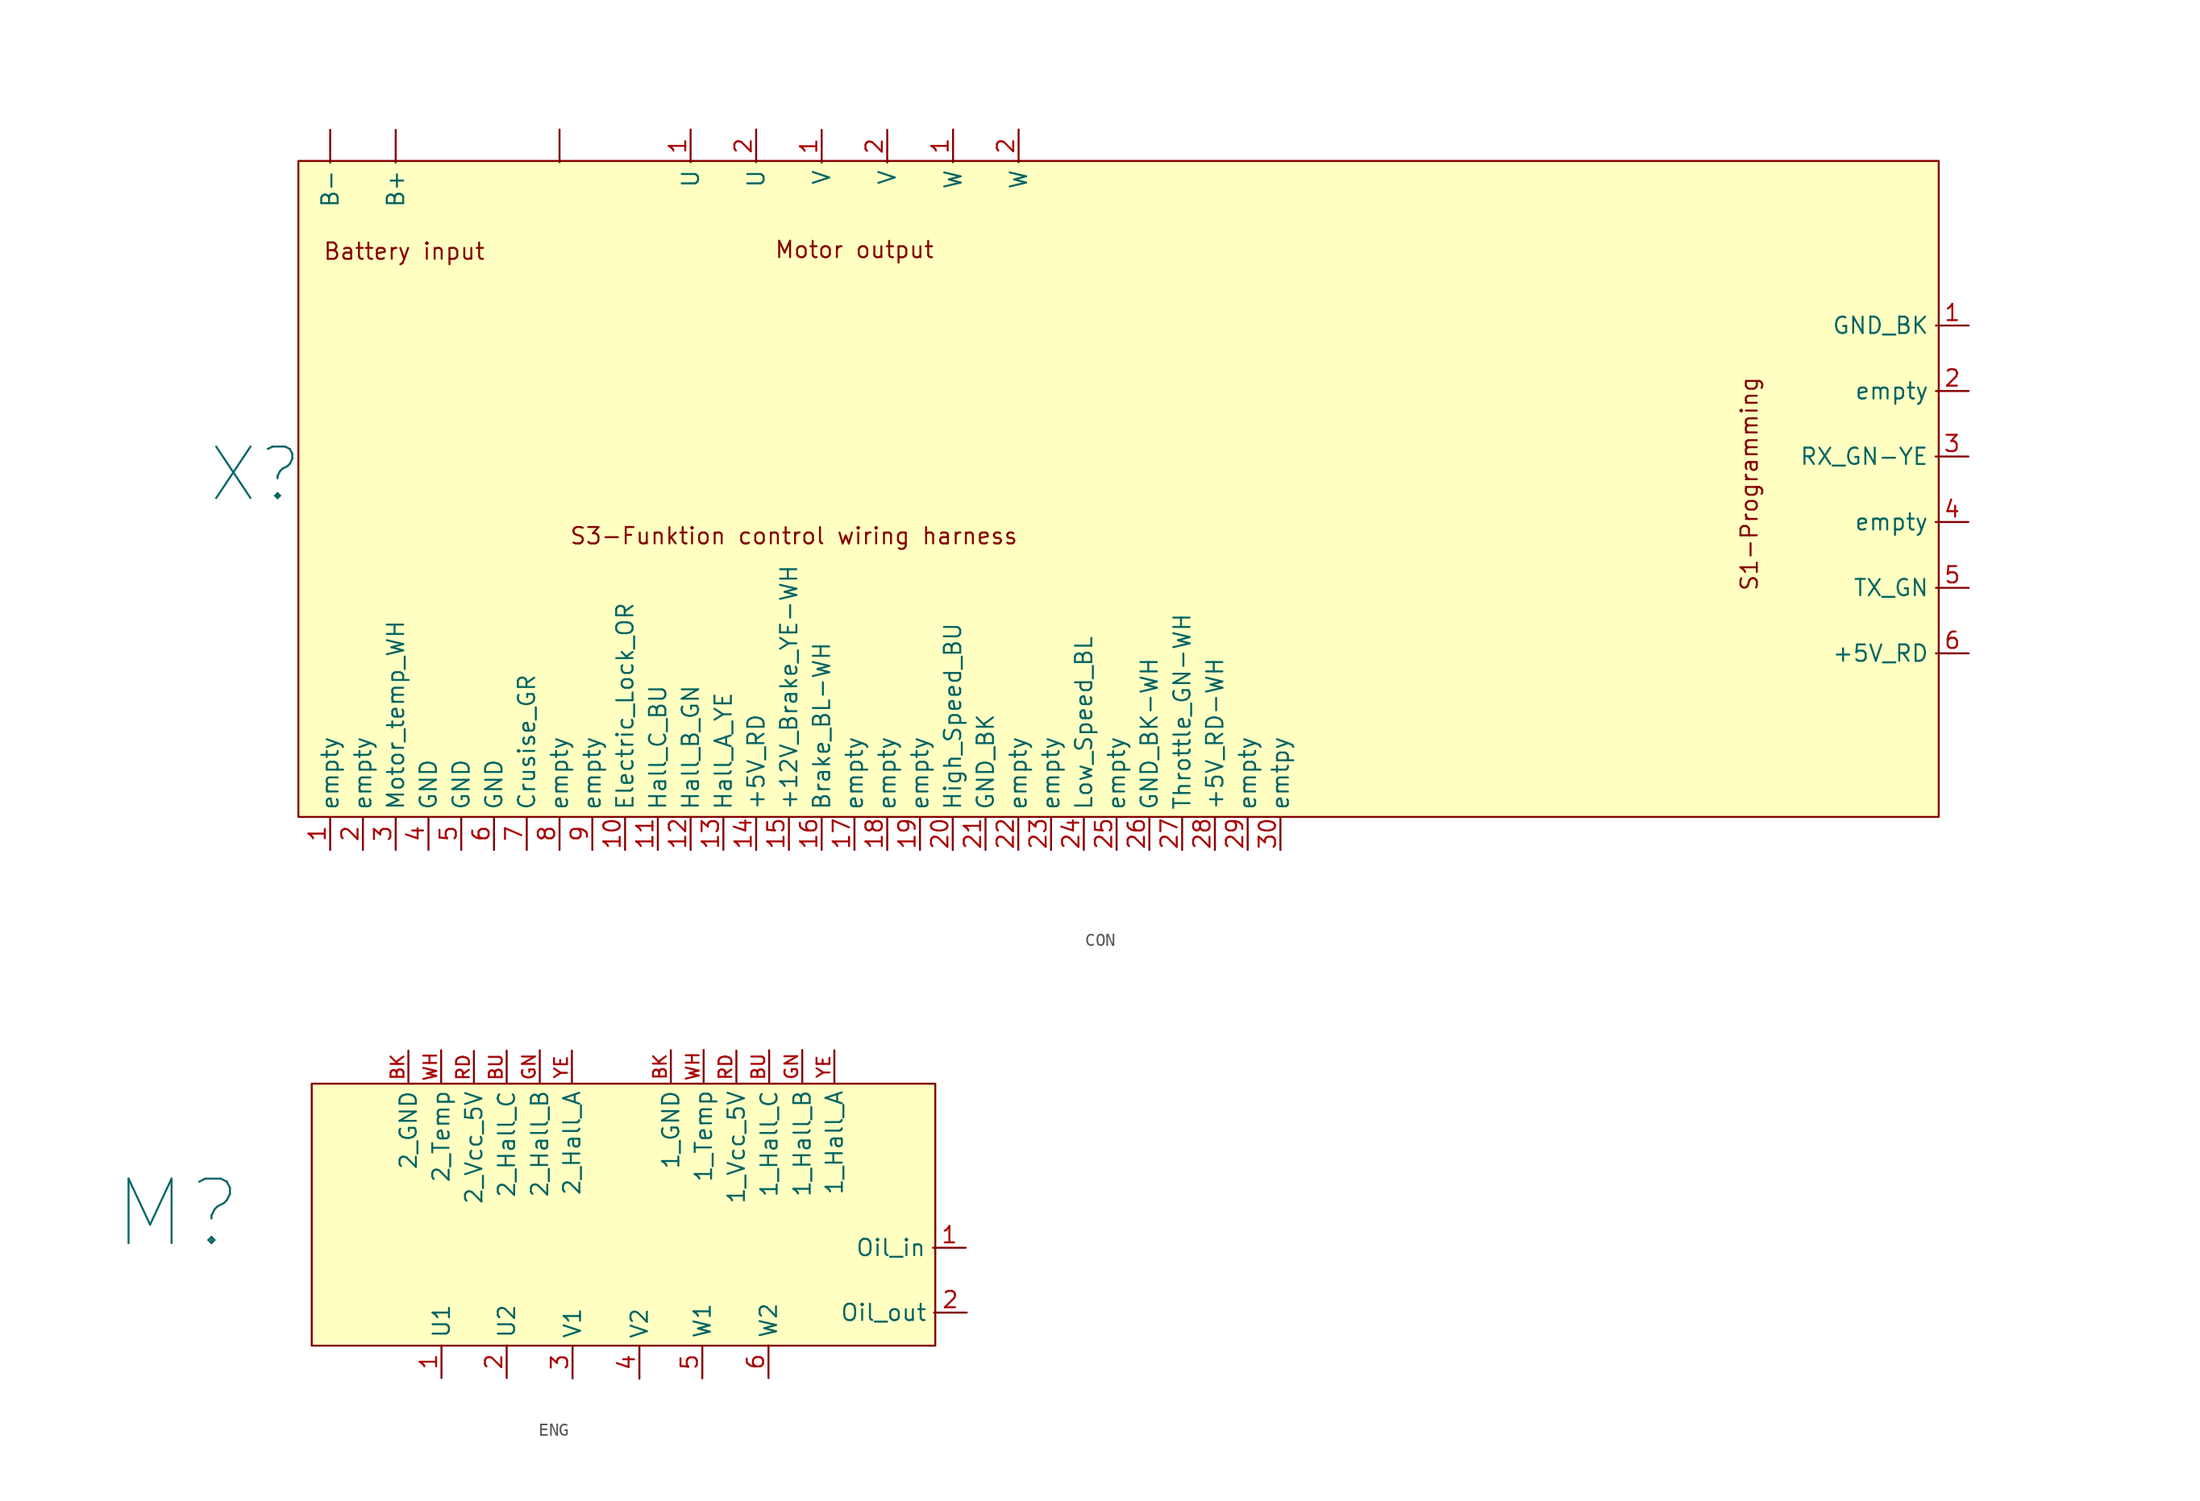
<source format=kicad_sym>
(kicad_symbol_lib
  (version 20220914)
  (generator kicad_symbol_editor)
  (symbol "CON"
    (property "Reference" "X"
      (at -3.251 26.594 0)
      (effects (font (size 4 4))))
    (property "Value" ""
      (at 14.199 25.324 0)
      (effects (font (size 1.27 1.27))))
    (symbol "CON_1_0"
      (pin input line (at 25.4 -2.54 90) (length 2.54) (name "Electric_Lock_OR" (effects (font (size 1.27 1.27)))) (number "10" (effects (font (size 1.27 1.27)))))
      (pin input line (at 27.94 -2.54 90) (length 2.54) (name "Hall_C_BU" (effects (font (size 1.27 1.27)))) (number "11" (effects (font (size 1.27 1.27)))))
      (pin input line (at 30.48 -2.54 90) (length 2.54) (name "Hall_B_GN" (effects (font (size 1.27 1.27)))) (number "12" (effects (font (size 1.27 1.27)))))
      (pin input line (at 33.02 -2.54 90) (length 2.54) (name "Hall_A_YE" (effects (font (size 1.27 1.27)))) (number "13" (effects (font (size 1.27 1.27)))))
      (pin input line (at 35.56 -2.54 90) (length 2.54) (name "+5V_RD" (effects (font (size 1.27 1.27)))) (number "14" (effects (font (size 1.27 1.27)))))
      (pin input line (at 38.1 -2.54 90) (length 2.54) (name "+12V_Brake_YE-WH" (effects (font (size 1.27 1.27)))) (number "15" (effects (font (size 1.27 1.27)))))
      (pin input line (at 40.64 -2.54 90) (length 2.54) (name "Brake_BL-WH" (effects (font (size 1.27 1.27)))) (number "16" (effects (font (size 1.27 1.27)))))
      (pin input line (at 43.18 -2.54 90) (length 2.54) (name "empty" (effects (font (size 1.27 1.27)))) (number "17" (effects (font (size 1.27 1.27)))))
      (pin input line (at 45.72 -2.54 90) (length 2.54) (name "empty" (effects (font (size 1.27 1.27)))) (number "18" (effects (font (size 1.27 1.27)))))
      (pin input line (at 48.26 -2.54 90) (length 2.54) (name "empty" (effects (font (size 1.27 1.27)))) (number "19" (effects (font (size 1.27 1.27)))))
      (pin input line (at 5.08 -2.54 90) (length 2.54) (name "empty" (effects (font (size 1.27 1.27)))) (number "2" (effects (font (size 1.27 1.27)))))
      (pin input line (at 50.8 -2.54 90) (length 2.54) (name "High_Speed_BU" (effects (font (size 1.27 1.27)))) (number "20" (effects (font (size 1.27 1.27)))))
      (pin input line (at 53.34 -2.54 90) (length 2.54) (name "GND_BK" (effects (font (size 1.27 1.27)))) (number "21" (effects (font (size 1.27 1.27)))))
      (pin input line (at 55.88 -2.54 90) (length 2.54) (name "empty" (effects (font (size 1.27 1.27)))) (number "22" (effects (font (size 1.27 1.27)))))
      (pin input line (at 58.42 -2.54 90) (length 2.54) (name "empty" (effects (font (size 1.27 1.27)))) (number "23" (effects (font (size 1.27 1.27)))))
      (pin input line (at 60.96 -2.54 90) (length 2.54) (name "Low_Speed_BL" (effects (font (size 1.27 1.27)))) (number "24" (effects (font (size 1.27 1.27)))))
      (pin input line (at 63.5 -2.54 90) (length 2.54) (name "empty" (effects (font (size 1.27 1.27)))) (number "25" (effects (font (size 1.27 1.27)))))
      (pin input line (at 66.04 -2.54 90) (length 2.54) (name "GND_BK-WH" (effects (font (size 1.27 1.27)))) (number "26" (effects (font (size 1.27 1.27)))))
      (pin input line (at 68.58 -2.54 90) (length 2.54) (name "Throttle_GN-WH" (effects (font (size 1.27 1.27)))) (number "27" (effects (font (size 1.27 1.27)))))
      (pin input line (at 71.12 -2.54 90) (length 2.54) (name "+5V_RD-WH" (effects (font (size 1.27 1.27)))) (number "28" (effects (font (size 1.27 1.27)))))
      (pin input line (at 73.66 -2.54 90) (length 2.54) (name "empty" (effects (font (size 1.27 1.27)))) (number "29" (effects (font (size 1.27 1.27)))))
      (pin input line (at 7.62 -2.54 90) (length 2.54) (name "Motor_temp_WH" (effects (font (size 1.27 1.27)))) (number "3" (effects (font (size 1.27 1.27)))))
      (pin input line (at 76.2 -2.54 90) (length 2.54) (name "emtpy" (effects (font (size 1.27 1.27)))) (number "30" (effects (font (size 1.27 1.27)))))
      (pin input line (at 10.16 -2.54 90) (length 2.54) (name "GND" (effects (font (size 1.27 1.27)))) (number "4" (effects (font (size 1.27 1.27)))))
      (pin input line (at 12.7 -2.54 90) (length 2.54) (name "GND" (effects (font (size 1.27 1.27)))) (number "5" (effects (font (size 1.27 1.27)))))
      (pin input line (at 15.24 -2.54 90) (length 2.54) (name "GND" (effects (font (size 1.27 1.27)))) (number "6" (effects (font (size 1.27 1.27)))))
      (pin input line (at 17.78 -2.54 90) (length 2.54) (name "Crusise_GR" (effects (font (size 1.27 1.27)))) (number "7" (effects (font (size 1.27 1.27)))))
      (pin input line (at 20.32 -2.54 90) (length 2.54) (name "empty" (effects (font (size 1.27 1.27)))) (number "8" (effects (font (size 1.27 1.27)))))
      (pin input line (at 22.86 -2.54 90) (length 2.54) (name "empty" (effects (font (size 1.27 1.27)))) (number "9" (effects (font (size 1.27 1.27))))))
    (symbol "CON_1_1"
      (rectangle (start 0.076 50.902) (end 127.229 0.025) (stroke (width 0) (type default)) (fill (type background)))
      (text "Battery input" (at 8.28 43.891 0) (effects (font (size 1.27 1.27))))
      (text "Motor output" (at 43.18 44.018 0) (effects (font (size 1.27 1.27))))
      (text "S1-Programming" (at 112.547 25.857 900) (effects (font (size 1.27 1.27))))
      (text "S3-Funktion control wiring harness" (at 21.057 21.819 0) (effects (font (size 1.27 1.27)) (justify left)))
      (pin input line (at 20.32 53.34 270) (length 2.54) (name "" (effects (font (size 1.27 1.27)))) (number "" (effects (font (size 1.27 1.27)))))
      (pin input line (at 7.62 53.315 270) (length 2.54) (name "B+" (effects (font (size 1.27 1.27)))) (number "" (effects (font (size 1.27 1.27)))))
      (pin input line (at 2.54 53.315 270) (length 2.54) (name "B-" (effects (font (size 1.27 1.27)))) (number "" (effects (font (size 1.27 1.27)))))
      (pin input line (at 129.553 38.138 180) (length 2.54) (name "GND_BK" (effects (font (size 1.27 1.27)))) (number "1" (effects (font (size 1.27 1.27)))))
      (pin input line (at 30.48 53.34 270) (length 2.54) (name "U" (effects (font (size 1.27 1.27)))) (number "1" (effects (font (size 1.27 1.27)))))
      (pin input line (at 40.64 53.315 270) (length 2.54) (name "V" (effects (font (size 1.27 1.27)))) (number "1" (effects (font (size 1.27 1.27)))))
      (pin input line (at 50.825 53.34 270) (length 2.54) (name "W" (effects (font (size 1.27 1.27)))) (number "1" (effects (font (size 1.27 1.27)))))
      (pin input line (at 2.54 -2.54 90) (length 2.54) (name "empty" (effects (font (size 1.27 1.27)))) (number "1" (effects (font (size 1.27 1.27)))))
      (pin input line (at 35.56 53.34 270) (length 2.54) (name "U" (effects (font (size 1.27 1.27)))) (number "2" (effects (font (size 1.27 1.27)))))
      (pin input line (at 45.72 53.315 270) (length 2.54) (name "V" (effects (font (size 1.27 1.27)))) (number "2" (effects (font (size 1.27 1.27)))))
      (pin input line (at 55.905 53.34 270) (length 2.54) (name "W" (effects (font (size 1.27 1.27)))) (number "2" (effects (font (size 1.27 1.27)))))
      (pin input line (at 129.553 33.058 180) (length 2.54) (name "empty" (effects (font (size 1.27 1.27)))) (number "2" (effects (font (size 1.27 1.27)))))
      (pin input line (at 129.527 27.978 180) (length 2.54) (name "RX_GN-YE" (effects (font (size 1.27 1.27)))) (number "3" (effects (font (size 1.27 1.27)))))
      (pin input line (at 129.527 22.898 180) (length 2.54) (name "empty" (effects (font (size 1.27 1.27)))) (number "4" (effects (font (size 1.27 1.27)))))
      (pin input line (at 129.553 17.793 180) (length 2.54) (name "TX_GN" (effects (font (size 1.27 1.27)))) (number "5" (effects (font (size 1.27 1.27)))))
      (pin input line (at 129.553 12.713 180) (length 2.54) (name "+5V_RD" (effects (font (size 1.27 1.27)))) (number "6" (effects (font (size 1.27 1.27)))))))
  (symbol "ENG"
    (property "Reference" "M"
      (at -10.287 10.262 0)
      (effects (font (size 5 5))))
    (property "Value" ""
      (at 21.514 9.373 0)
      (effects (font (size 1.27 1.27))))
    (symbol "ENG_1_1"
      (rectangle (start 0.102 20.32) (end 48.438 0) (stroke (width 0) (type default)) (fill (type background)))
      (pin input line (at 50.8 7.595 180) (length 2.54) (name "Oil_in" (effects (font (size 1.27 1.27)))) (number "1" (effects (font (size 1.27 1.27)))))
      (pin input line (at 10.16 -2.515 90) (length 2.54) (name "U1" (effects (font (size 1.27 1.27)))) (number "1" (effects (font (size 1.27 1.27)))))
      (pin output line (at 50.876 2.565 180) (length 2.54) (name "Oil_out" (effects (font (size 1.27 1.27)))) (number "2" (effects (font (size 1.27 1.27)))))
      (pin input line (at 15.215 -2.515 90) (length 2.54) (name "U2" (effects (font (size 1.27 1.27)))) (number "2" (effects (font (size 1.27 1.27)))))
      (pin input line (at 20.32 -2.54 90) (length 2.54) (name "V1" (effects (font (size 1.27 1.27)))) (number "3" (effects (font (size 1.27 1.27)))))
      (pin input line (at 25.502 -2.565 90) (length 2.54) (name "V2" (effects (font (size 1.27 1.27)))) (number "4" (effects (font (size 1.27 1.27)))))
      (pin input line (at 30.378 -2.54 90) (length 2.54) (name "W1" (effects (font (size 1.27 1.27)))) (number "5" (effects (font (size 1.27 1.27)))))
      (pin input line (at 35.509 -2.515 90) (length 2.54) (name "W2" (effects (font (size 1.27 1.27)))) (number "6" (effects (font (size 1.27 1.27)))))
      (pin passive line (at 27.94 22.911 270) (length 2.54) (name "1_GND" (effects (font (size 1.27 1.27)))) (number "BK" (effects (font (size 1 1)))))
      (pin passive line (at 7.595 22.885 270) (length 2.54) (name "2_GND" (effects (font (size 1.27 1.27)))) (number "BK" (effects (font (size 1 1)))))
      (pin output line (at 35.56 22.911 270) (length 2.54) (name "1_Hall_C" (effects (font (size 1.27 1.27)))) (number "BU" (effects (font (size 1 1)))))
      (pin output line (at 15.215 22.885 270) (length 2.54) (name "2_Hall_C" (effects (font (size 1.27 1.27)))) (number "BU" (effects (font (size 1 1)))))
      (pin output line (at 38.125 22.936 270) (length 2.54) (name "1_Hall_B" (effects (font (size 1.27 1.27)))) (number "GN" (effects (font (size 1 1)))))
      (pin output line (at 17.78 22.911 270) (length 2.54) (name "2_Hall_B" (effects (font (size 1.27 1.27)))) (number "GN" (effects (font (size 1 1)))))
      (pin power_in line (at 33.02 22.885 270) (length 2.54) (name "1_Vcc_5V" (effects (font (size 1.27 1.27)))) (number "RD" (effects (font (size 1 1)))))
      (pin power_in line (at 12.675 22.86 270) (length 2.54) (name "2_Vcc_5V" (effects (font (size 1.27 1.27)))) (number "RD" (effects (font (size 1 1)))))
      (pin output line (at 30.48 22.936 270) (length 2.54) (name "1_Temp" (effects (font (size 1.27 1.27)))) (number "WH" (effects (font (size 1 1)))))
      (pin output line (at 10.135 22.911 270) (length 2.54) (name "2_Temp" (effects (font (size 1.27 1.27)))) (number "WH" (effects (font (size 1 1)))))
      (pin output line (at 40.615 22.911 270) (length 2.54) (name "1_Hall_A" (effects (font (size 1.27 1.27)))) (number "YE" (effects (font (size 1 1)))))
      (pin output line (at 20.269 22.885 270) (length 2.54) (name "2_Hall_A" (effects (font (size 1.27 1.27)))) (number "YE" (effects (font (size 1 1))))))))
</source>
